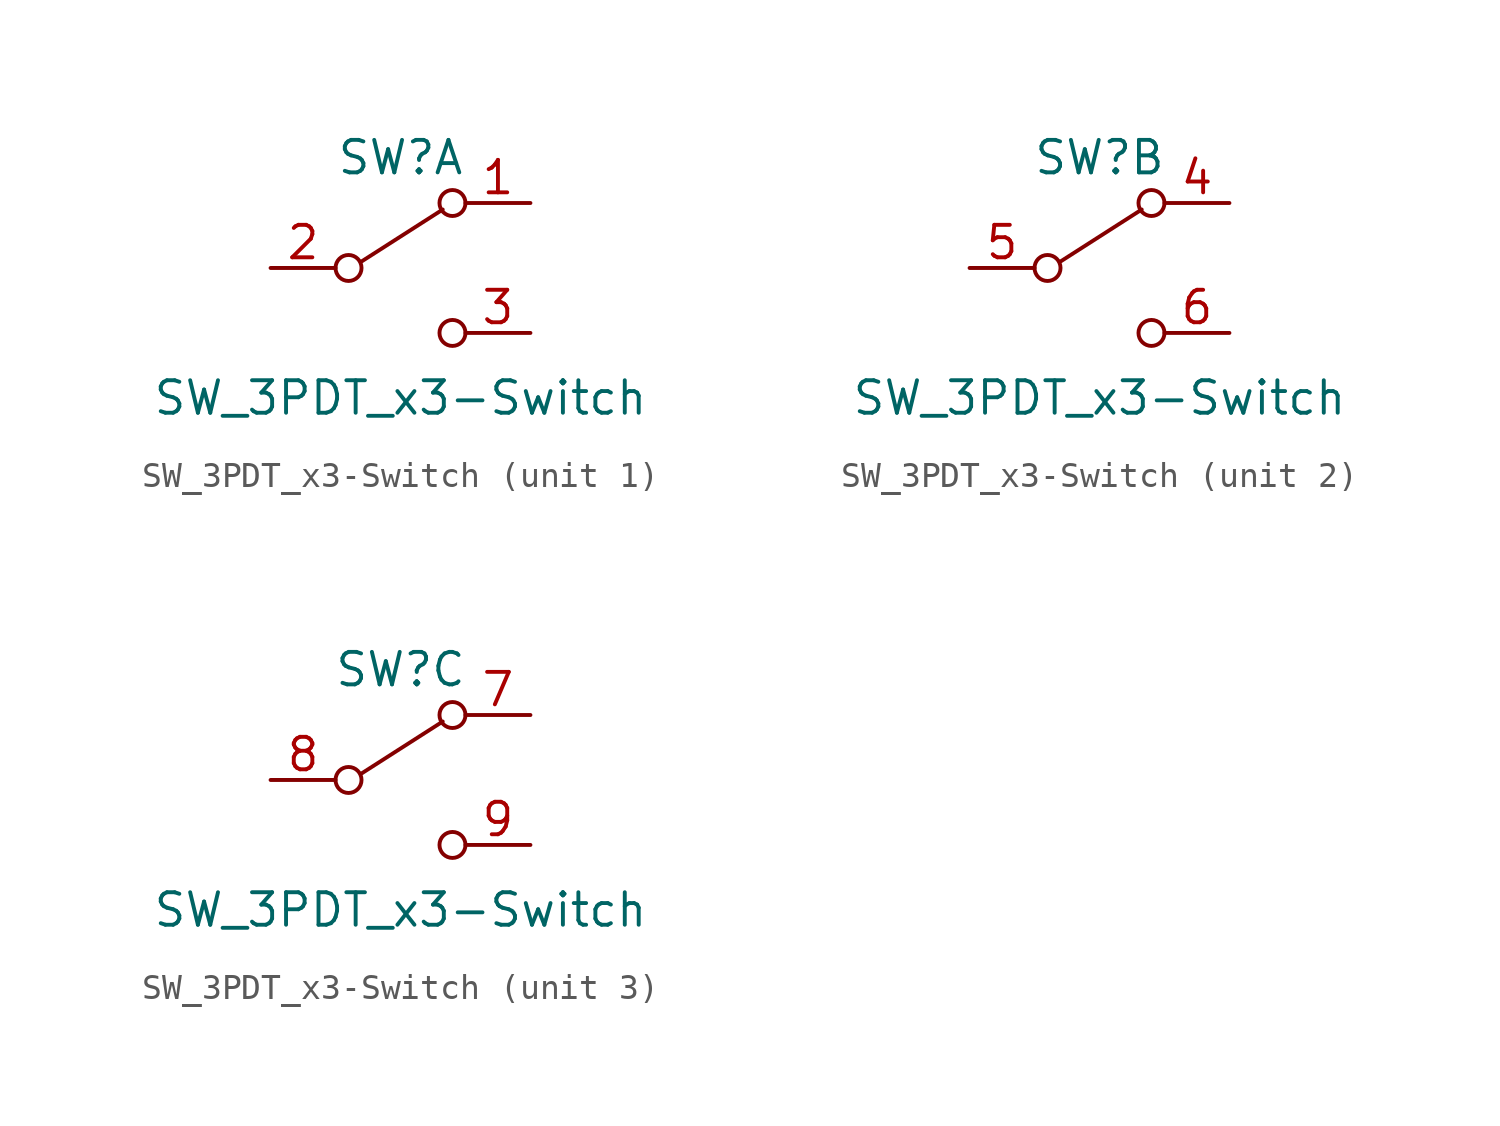
<source format=kicad_sym>
(kicad_symbol_lib
  (version 20211014)
  (generator kicad_symbol_editor)
  (symbol "SW_3PDT_x3-Switch"
    (pin_names
      (offset 0) hide)
    (property "Reference" "SW"
      (at 0 4.318 0)
      (effects (font (size 1.27 1.27))))
    (property "Value" "SW_3PDT_x3-Switch"
      (at 0 -5.08 0)
      (effects (font (size 1.27 1.27))))
    (symbol "SW_3PDT_x3-Switch_0_0"
      (circle (center -2.032 0) (radius 0.508) (stroke (width 0) (type default) (color 0 0 0 0)) (fill (type none)))
      (circle (center 2.032 -2.54) (radius 0.508) (stroke (width 0) (type default) (color 0 0 0 0)) (fill (type none))))
    (symbol "SW_3PDT_x3-Switch_0_1"
      (polyline (pts (xy -1.524 0.254) (xy 1.651 2.286)) (stroke (width 0) (type default) (color 0 0 0 0)) (fill (type none)))
      (circle (center 2.032 2.54) (radius 0.508) (stroke (width 0) (type default) (color 0 0 0 0)) (fill (type none))))
    (symbol "SW_3PDT_x3-Switch_1_1"
      (pin passive line (at 5.08 2.54 180) (length 2.54) (name "A" (effects (font (size 1.27 1.27)))) (number "1" (effects (font (size 1.27 1.27)))))
      (pin passive line (at -5.08 0 0) (length 2.54) (name "B" (effects (font (size 1.27 1.27)))) (number "2" (effects (font (size 1.27 1.27)))))
      (pin passive line (at 5.08 -2.54 180) (length 2.54) (name "C" (effects (font (size 1.27 1.27)))) (number "3" (effects (font (size 1.27 1.27))))))
    (symbol "SW_3PDT_x3-Switch_2_1"
      (pin passive line (at 5.08 2.54 180) (length 2.54) (name "A" (effects (font (size 1.27 1.27)))) (number "4" (effects (font (size 1.27 1.27)))))
      (pin passive line (at -5.08 0 0) (length 2.54) (name "B" (effects (font (size 1.27 1.27)))) (number "5" (effects (font (size 1.27 1.27)))))
      (pin passive line (at 5.08 -2.54 180) (length 2.54) (name "C" (effects (font (size 1.27 1.27)))) (number "6" (effects (font (size 1.27 1.27))))))
    (symbol "SW_3PDT_x3-Switch_3_1"
      (pin passive line (at 5.08 2.54 180) (length 2.54) (name "A" (effects (font (size 1.27 1.27)))) (number "7" (effects (font (size 1.27 1.27)))))
      (pin passive line (at -5.08 0 0) (length 2.54) (name "B" (effects (font (size 1.27 1.27)))) (number "8" (effects (font (size 1.27 1.27)))))
      (pin passive line (at 5.08 -2.54 180) (length 2.54) (name "C" (effects (font (size 1.27 1.27)))) (number "9" (effects (font (size 1.27 1.27))))))))
</source>
